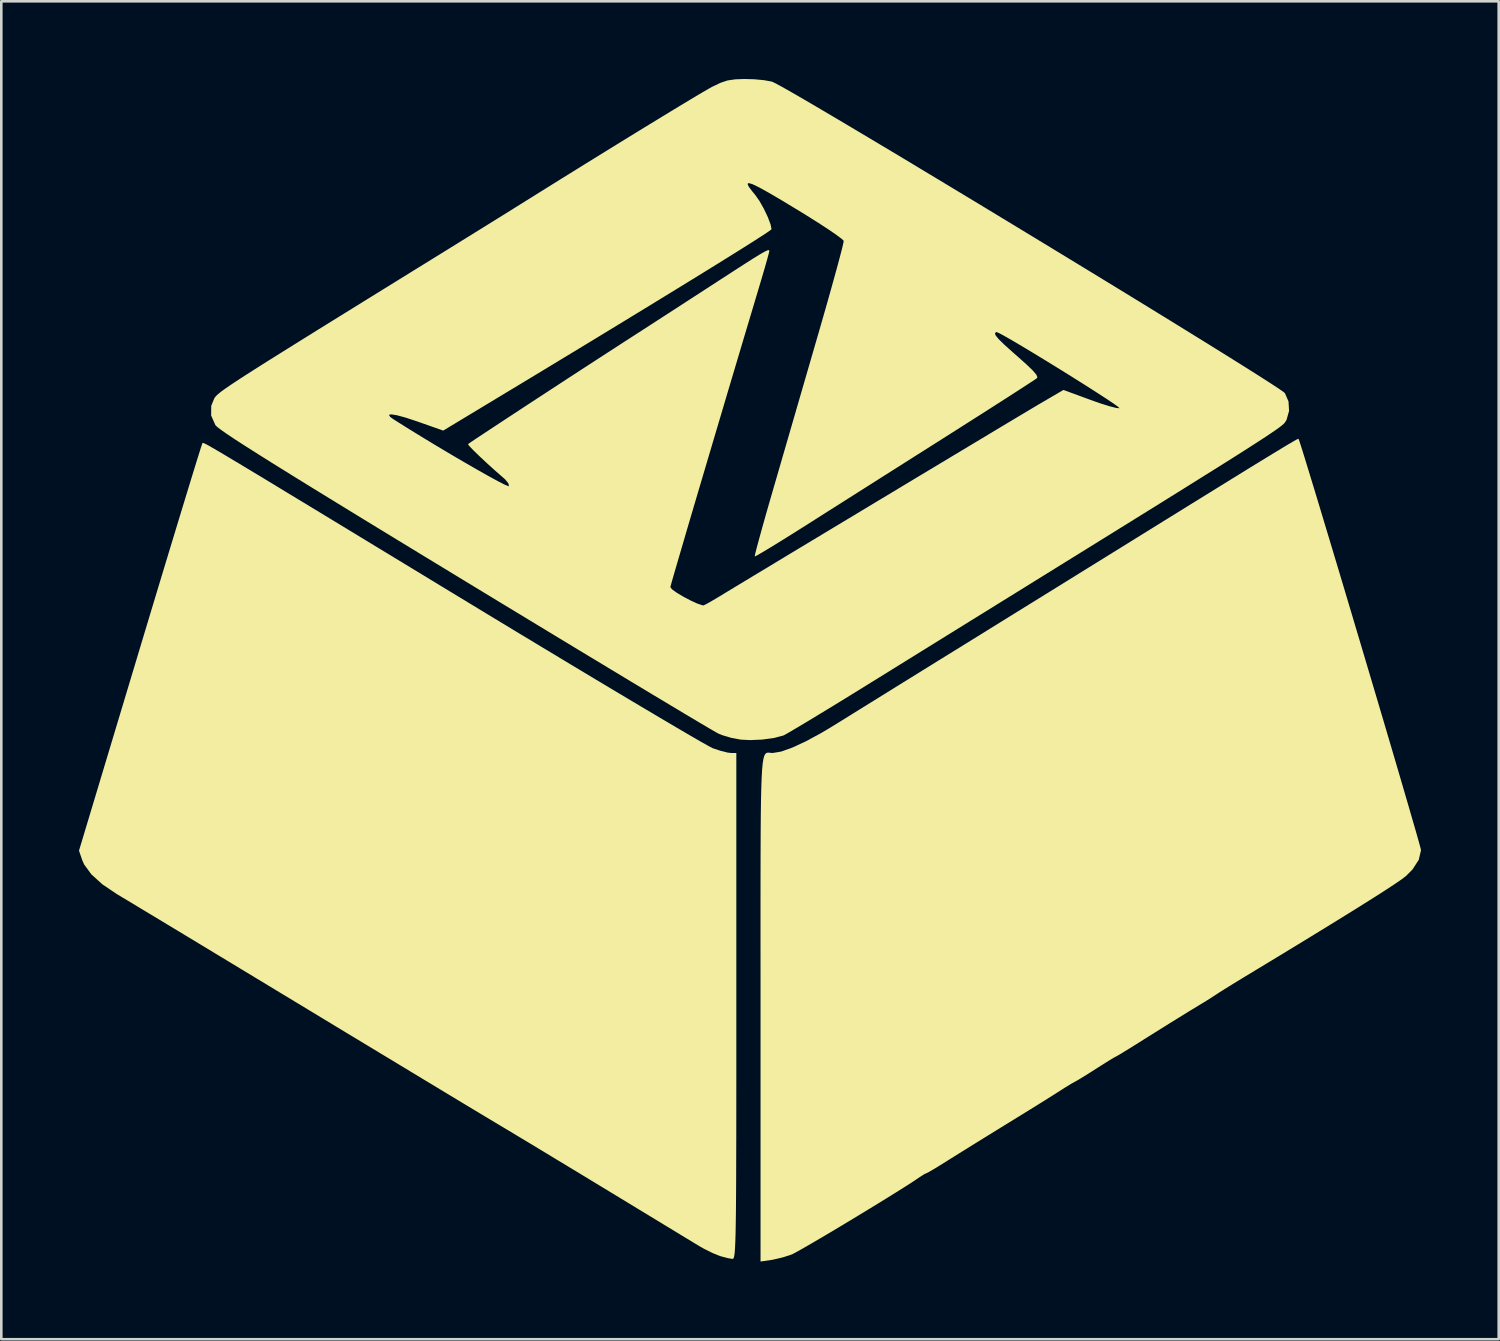
<source format=kicad_pcb>
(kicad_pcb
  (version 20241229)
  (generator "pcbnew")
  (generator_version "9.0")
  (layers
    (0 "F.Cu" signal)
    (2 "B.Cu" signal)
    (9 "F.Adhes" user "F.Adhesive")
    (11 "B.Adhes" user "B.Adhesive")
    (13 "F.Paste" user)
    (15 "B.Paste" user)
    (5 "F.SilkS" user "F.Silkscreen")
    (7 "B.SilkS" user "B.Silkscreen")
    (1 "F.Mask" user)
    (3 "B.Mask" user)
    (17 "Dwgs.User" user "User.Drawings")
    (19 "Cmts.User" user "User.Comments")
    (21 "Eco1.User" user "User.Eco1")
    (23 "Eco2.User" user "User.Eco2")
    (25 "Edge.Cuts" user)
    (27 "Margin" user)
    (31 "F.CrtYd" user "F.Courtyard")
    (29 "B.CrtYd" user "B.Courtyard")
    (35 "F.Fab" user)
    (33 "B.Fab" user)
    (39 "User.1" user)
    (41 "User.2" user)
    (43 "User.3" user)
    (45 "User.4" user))
  (footprint "nullus"
    (layer "F.Cu")
    (at 25.888 21.434)
    (property "Reference" "nullus" (at 0 0 0) (layer "F.SilkS") (effects (font (size 1.524 1.524) (thickness 0.3))))
    (attr board_only exclude_from_pos_files exclude_from_bom)
    (fp_poly (pts (xy -21.087 -7.381) (xy -21.045 -7.364) (xy -20.976 -7.33) (xy -20.872 -7.274) (xy -20.727 -7.191) (xy -20.533 -7.078) (xy -20.283 -6.931) (xy -19.97 -6.743) (xy -19.585 -6.513) (xy -19.123 -6.234) (xy -18.576 -5.904) (xy -17.937 -5.516) (xy -17.197 -5.068) (xy -16.351 -4.555) (xy -15.391 -3.972) (xy -14.31 -3.315) (xy -13.1 -2.581) (xy -11.754 -1.763) (xy -11.322 -1.501) (xy -10.155 -0.793) (xy -9.022 -0.107) (xy -7.932 0.55) (xy -6.895 1.175) (xy -5.919 1.761) (xy -5.014 2.302) (xy -4.188 2.794) (xy -3.452 3.231) (xy -2.813 3.608) (xy -2.282 3.919) (xy -1.866 4.159) (xy -1.576 4.322) (xy -1.42 4.403) (xy -1.407 4.408) (xy -1.111 4.506) (xy -0.848 4.571) (xy -0.719 4.587) (xy -0.51 4.587) (xy -0.51 14.357) (xy -0.51 15.853) (xy -0.51 17.19) (xy -0.511 18.374) (xy -0.512 19.416) (xy -0.515 20.324) (xy -0.517 21.108) (xy -0.521 21.776) (xy -0.526 22.339) (xy -0.533 22.804) (xy -0.54 23.181) (xy -0.55 23.479) (xy -0.561 23.707) (xy -0.573 23.875) (xy -0.588 23.99) (xy -0.605 24.064) (xy -0.624 24.103) (xy -0.645 24.119) (xy -0.658 24.12) (xy -0.832 24.091) (xy -1.078 24.027) (xy -1.147 24.006) (xy -1.419 23.897) (xy -1.74 23.738) (xy -1.911 23.642) (xy -2.098 23.529) (xy -2.405 23.343) (xy -2.809 23.098) (xy -3.286 22.808) (xy -3.811 22.489) (xy -4.332 22.173) (xy -5.143 21.68) (xy -5.941 21.196) (xy -6.71 20.729) (xy -7.432 20.293) (xy -8.088 19.896) (xy -8.661 19.55) (xy -9.133 19.266) (xy -9.485 19.055) (xy -9.601 18.986) (xy -9.829 18.85) (xy -10.189 18.634) (xy -10.666 18.347) (xy -11.246 17.998) (xy -11.915 17.594) (xy -12.659 17.145) (xy -13.464 16.658) (xy -14.317 16.143) (xy -15.202 15.608) (xy -15.631 15.349) (xy -17.029 14.503) (xy -18.287 13.742) (xy -19.411 13.062) (xy -20.406 12.46) (xy -21.278 11.933) (xy -22.032 11.477) (xy -22.675 11.089) (xy -23.211 10.766) (xy -23.646 10.504) (xy -23.985 10.299) (xy -24.235 10.15) (xy -24.4 10.051) (xy -24.419 10.04) (xy -24.982 9.661) (xy -25.41 9.274) (xy -25.69 8.891) (xy -25.765 8.719) (xy -25.888 8.358) (xy -23.531 0.523) (xy -23.195 -0.593) (xy -22.873 -1.661) (xy -22.567 -2.672) (xy -22.281 -3.615) (xy -22.019 -4.477) (xy -21.784 -5.248) (xy -21.58 -5.917) (xy -21.409 -6.472) (xy -21.276 -6.902) (xy -21.183 -7.196) (xy -21.134 -7.344) (xy -21.128 -7.359) (xy -21.122 -7.369) (xy -21.118 -7.379) (xy -21.109 -7.385)) (stroke (width 0) (type solid)) (fill yes) (layer "F.SilkS"))
    (fp_poly (pts (xy 21.229 -7.452) (xy 21.307 -7.212) (xy 21.424 -6.836) (xy 21.577 -6.337) (xy 21.762 -5.731) (xy 21.975 -5.029) (xy 22.211 -4.245) (xy 22.467 -3.394) (xy 22.739 -2.489) (xy 23.022 -1.543) (xy 23.312 -0.57) (xy 23.606 0.416) (xy 23.899 1.402) (xy 24.188 2.374) (xy 24.468 3.318) (xy 24.735 4.222) (xy 24.985 5.071) (xy 25.214 5.852) (xy 25.418 6.55) (xy 25.593 7.154) (xy 25.736 7.648) (xy 25.841 8.02) (xy 25.905 8.255) (xy 25.924 8.339) (xy 25.838 8.71) (xy 25.595 9.086) (xy 25.342 9.339) (xy 25.17 9.47) (xy 24.875 9.671) (xy 24.454 9.946) (xy 23.903 10.296) (xy 23.221 10.722) (xy 22.404 11.227) (xy 21.449 11.812) (xy 20.353 12.479) (xy 19.114 13.229) (xy 19.006 13.295) (xy 18.668 13.501) (xy 18.357 13.694) (xy 18.12 13.843) (xy 18.05 13.889) (xy 17.825 14.036) (xy 17.632 14.158) (xy 17.627 14.161) (xy 16.981 14.553) (xy 16.233 15.015) (xy 15.421 15.523) (xy 15.22 15.649) (xy 14.848 15.883) (xy 14.529 16.08) (xy 14.291 16.225) (xy 14.158 16.302) (xy 14.14 16.31) (xy 14.059 16.353) (xy 13.869 16.469) (xy 13.6 16.637) (xy 13.404 16.762) (xy 13.089 16.962) (xy 12.818 17.13) (xy 12.629 17.243) (xy 12.573 17.273) (xy 12.429 17.353) (xy 12.208 17.487) (xy 12.086 17.565) (xy 11.865 17.706) (xy 11.599 17.875) (xy 11.266 18.083) (xy 10.85 18.341) (xy 10.33 18.662) (xy 9.688 19.057) (xy 9.557 19.138) (xy 9.085 19.429) (xy 8.584 19.739) (xy 8.109 20.035) (xy 7.714 20.282) (xy 7.662 20.315) (xy 7.339 20.516) (xy 7.071 20.678) (xy 6.889 20.783) (xy 6.825 20.813) (xy 6.731 20.857) (xy 6.566 20.964) (xy 6.554 20.972) (xy 6.33 21.123) (xy 5.998 21.337) (xy 5.579 21.599) (xy 5.097 21.898) (xy 4.574 22.218) (xy 4.032 22.547) (xy 3.494 22.871) (xy 2.982 23.176) (xy 2.518 23.449) (xy 2.125 23.677) (xy 1.826 23.846) (xy 1.642 23.942) (xy 1.614 23.954) (xy 1.275 24.063) (xy 0.911 24.148) (xy 0.828 24.162) (xy 0.425 24.221) (xy 0.425 14.456) (xy 0.425 12.949) (xy 0.424 11.602) (xy 0.424 10.408) (xy 0.425 9.357) (xy 0.427 8.439) (xy 0.43 7.646) (xy 0.435 6.968) (xy 0.443 6.398) (xy 0.454 5.925) (xy 0.468 5.541) (xy 0.485 5.236) (xy 0.507 5.002) (xy 0.534 4.829) (xy 0.565 4.709) (xy 0.602 4.633) (xy 0.645 4.591) (xy 0.694 4.574) (xy 0.75 4.574) (xy 0.813 4.582) (xy 0.883 4.587) (xy 0.895 4.587) (xy 1.212 4.535) (xy 1.642 4.383) (xy 2.167 4.141) (xy 2.767 3.816) (xy 3.278 3.51) (xy 3.577 3.324) (xy 4 3.061) (xy 4.527 2.734) (xy 5.139 2.355) (xy 5.815 1.935) (xy 6.536 1.489) (xy 7.281 1.027) (xy 7.943 0.618) (xy 8.815 0.078) (xy 9.783 -0.522) (xy 10.808 -1.157) (xy 11.852 -1.803) (xy 12.876 -2.438) (xy 13.842 -3.036) (xy 14.711 -3.575) (xy 14.909 -3.698) (xy 16.032 -4.394) (xy 17.02 -5.006) (xy 17.879 -5.537) (xy 18.618 -5.994) (xy 19.245 -6.381) (xy 19.768 -6.702) (xy 20.195 -6.963) (xy 20.535 -7.169) (xy 20.794 -7.325) (xy 20.982 -7.435) (xy 21.106 -7.505) (xy 21.175 -7.539) (xy 21.195 -7.543)) (stroke (width 0) (type solid)) (fill yes) (layer "F.SilkS"))
    (fp_poly (pts (xy 0.181 -21.424) (xy 0.562 -21.388) (xy 0.856 -21.334) (xy 0.867 -21.331) (xy 0.995 -21.271) (xy 1.257 -21.129) (xy 1.64 -20.912) (xy 2.136 -20.625) (xy 2.734 -20.274) (xy 3.423 -19.867) (xy 4.194 -19.409) (xy 5.034 -18.908) (xy 5.936 -18.368) (xy 6.886 -17.796) (xy 7.877 -17.199) (xy 8.896 -16.584) (xy 9.934 -15.955) (xy 10.98 -15.32) (xy 12.025 -14.685) (xy 13.056 -14.057) (xy 14.065 -13.441) (xy 15.04 -12.844) (xy 15.972 -12.272) (xy 16.849 -11.731) (xy 17.662 -11.229) (xy 18.4 -10.77) (xy 19.052 -10.362) (xy 19.609 -10.011) (xy 20.06 -9.723) (xy 20.394 -9.505) (xy 20.602 -9.362) (xy 20.67 -9.305) (xy 20.809 -8.985) (xy 20.83 -8.618) (xy 20.733 -8.274) (xy 20.67 -8.172) (xy 20.629 -8.126) (xy 20.559 -8.064) (xy 20.454 -7.983) (xy 20.305 -7.876) (xy 20.105 -7.74) (xy 19.848 -7.569) (xy 19.525 -7.36) (xy 19.13 -7.107) (xy 18.655 -6.805) (xy 18.092 -6.451) (xy 17.435 -6.04) (xy 16.676 -5.566) (xy 15.808 -5.025) (xy 14.822 -4.413) (xy 13.713 -3.725) (xy 12.473 -2.956) (xy 11.383 -2.281) (xy 10.519 -1.745) (xy 9.584 -1.166) (xy 8.612 -0.564) (xy 7.635 0.041) (xy 6.685 0.63) (xy 5.795 1.182) (xy 4.997 1.677) (xy 4.563 1.945) (xy 3.907 2.351) (xy 3.288 2.731) (xy 2.724 3.074) (xy 2.231 3.373) (xy 1.825 3.615) (xy 1.523 3.793) (xy 1.341 3.895) (xy 1.3 3.914) (xy 0.944 4.008) (xy 0.493 4.069) (xy 0.02 4.09) (xy -0.34 4.071) (xy -0.694 4.006) (xy -1.054 3.899) (xy -1.189 3.845) (xy -1.308 3.78) (xy -1.563 3.632) (xy -1.945 3.406) (xy -2.446 3.108) (xy -3.055 2.743) (xy -3.765 2.318) (xy -4.565 1.836) (xy -5.448 1.303) (xy -6.405 0.726) (xy -7.425 0.109) (xy -8.501 -0.543) (xy -9.623 -1.223) (xy -10.782 -1.927) (xy -11.001 -2.06) (xy -12.448 -2.94) (xy -13.755 -3.736) (xy -14.928 -4.452) (xy -15.973 -5.092) (xy -16.895 -5.658) (xy -17.699 -6.155) (xy -18.393 -6.586) (xy -18.981 -6.955) (xy -19.469 -7.265) (xy -19.864 -7.52) (xy -20.17 -7.724) (xy -20.393 -7.88) (xy -20.54 -7.991) (xy -20.615 -8.062) (xy -20.622 -8.07) (xy -20.786 -8.441) (xy -20.786 -8.467) (xy -13.923 -8.467) (xy -13.874 -8.388) (xy -13.743 -8.294) (xy -13.227 -7.969) (xy -12.676 -7.63) (xy -12.111 -7.287) (xy -11.549 -6.952) (xy -11.009 -6.636) (xy -10.511 -6.349) (xy -10.074 -6.102) (xy -9.715 -5.906) (xy -9.454 -5.773) (xy -9.311 -5.713) (xy -9.289 -5.713) (xy -9.31 -5.821) (xy -9.434 -5.975) (xy -9.48 -6.016) (xy -9.812 -6.306) (xy -10.135 -6.598) (xy -10.426 -6.87) (xy -10.661 -7.098) (xy -10.817 -7.261) (xy -10.869 -7.336) (xy -10.868 -7.337) (xy -10.784 -7.397) (xy -10.575 -7.538) (xy -10.256 -7.749) (xy -9.845 -8.02) (xy -9.358 -8.34) (xy -8.813 -8.698) (xy -8.225 -9.083) (xy -7.612 -9.483) (xy -6.991 -9.889) (xy -6.377 -10.288) (xy -5.788 -10.671) (xy -5.241 -11.025) (xy -4.885 -11.256) (xy -4.248 -11.666) (xy -3.548 -12.119) (xy -2.831 -12.583) (xy -2.141 -13.03) (xy -1.527 -13.428) (xy -1.274 -13.592) (xy -0.68 -13.977) (xy -0.213 -14.278) (xy 0.142 -14.504) (xy 0.4 -14.663) (xy 0.576 -14.764) (xy 0.685 -14.816) (xy 0.743 -14.828) (xy 0.763 -14.809) (xy 0.765 -14.796) (xy 0.741 -14.693) (xy 0.677 -14.456) (xy 0.579 -14.112) (xy 0.455 -13.691) (xy 0.347 -13.328) (xy 0.064 -12.381) (xy -0.229 -11.403) (xy -0.526 -10.406) (xy -0.825 -9.404) (xy -1.12 -8.409) (xy -1.409 -7.436) (xy -1.687 -6.498) (xy -1.951 -5.607) (xy -2.196 -4.779) (xy -2.418 -4.025) (xy -2.613 -3.359) (xy -2.778 -2.795) (xy -2.909 -2.346) (xy -3.001 -2.026) (xy -3.05 -1.847) (xy -3.058 -1.814) (xy -2.988 -1.727) (xy -2.805 -1.597) (xy -2.553 -1.446) (xy -2.275 -1.3) (xy -2.016 -1.181) (xy -1.818 -1.115) (xy -1.784 -1.109) (xy -1.696 -1.148) (xy -1.504 -1.254) (xy -1.248 -1.405) (xy -1.232 -1.415) (xy -0.869 -1.635) (xy -0.395 -1.922) (xy 0.177 -2.267) (xy 0.834 -2.663) (xy 1.559 -3.101) (xy 2.341 -3.572) (xy 3.164 -4.067) (xy 4.015 -4.579) (xy 4.879 -5.1) (xy 5.743 -5.619) (xy 6.592 -6.13) (xy 7.413 -6.623) (xy 8.191 -7.09) (xy 8.913 -7.523) (xy 9.563 -7.914) (xy 10.129 -8.253) (xy 10.596 -8.532) (xy 10.95 -8.743) (xy 11.177 -8.878) (xy 11.221 -8.904) (xy 12.12 -9.429) (xy 13.167 -9.044) (xy 13.561 -8.905) (xy 13.898 -8.8) (xy 14.146 -8.736) (xy 14.274 -8.722) (xy 14.282 -8.726) (xy 14.226 -8.781) (xy 14.044 -8.911) (xy 13.758 -9.102) (xy 13.387 -9.342) (xy 12.953 -9.619) (xy 12.474 -9.92) (xy 11.973 -10.232) (xy 11.468 -10.543) (xy 10.982 -10.839) (xy 10.533 -11.109) (xy 10.144 -11.339) (xy 9.833 -11.517) (xy 9.622 -11.63) (xy 9.531 -11.666) (xy 9.475 -11.624) (xy 9.498 -11.54) (xy 9.611 -11.399) (xy 9.828 -11.185) (xy 10.161 -10.886) (xy 10.32 -10.746) (xy 10.69 -10.417) (xy 10.938 -10.178) (xy 11.075 -10.016) (xy 11.114 -9.918) (xy 11.1 -9.888) (xy 11.01 -9.824) (xy 10.791 -9.68) (xy 10.457 -9.463) (xy 10.024 -9.184) (xy 9.504 -8.851) (xy 8.914 -8.474) (xy 8.267 -8.063) (xy 7.603 -7.641) (xy 6.826 -7.149) (xy 6.016 -6.636) (xy 5.201 -6.12) (xy 4.408 -5.617) (xy 3.665 -5.146) (xy 2.997 -4.723) (xy 2.434 -4.365) (xy 2.219 -4.228) (xy 1.7 -3.901) (xy 1.23 -3.608) (xy 0.827 -3.36) (xy 0.508 -3.168) (xy 0.294 -3.044) (xy 0.202 -2.999) (xy 0.2 -2.999) (xy 0.215 -3.086) (xy 0.272 -3.315) (xy 0.367 -3.667) (xy 0.492 -4.121) (xy 0.643 -4.657) (xy 0.815 -5.255) (xy 0.882 -5.487) (xy 1.071 -6.136) (xy 1.296 -6.913) (xy 1.548 -7.781) (xy 1.816 -8.705) (xy 2.09 -9.649) (xy 2.359 -10.576) (xy 2.613 -11.451) (xy 2.628 -11.501) (xy 2.844 -12.251) (xy 3.044 -12.952) (xy 3.222 -13.589) (xy 3.375 -14.142) (xy 3.497 -14.596) (xy 3.583 -14.933) (xy 3.629 -15.135) (xy 3.636 -15.186) (xy 3.559 -15.263) (xy 3.356 -15.414) (xy 3.049 -15.625) (xy 2.656 -15.881) (xy 2.2 -16.168) (xy 1.883 -16.363) (xy 1.247 -16.747) (xy 0.745 -17.042) (xy 0.37 -17.25) (xy 0.113 -17.374) (xy -0.033 -17.417) (xy -0.077 -17.382) (xy -0.027 -17.272) (xy 0.109 -17.091) (xy 0.212 -16.968) (xy 0.379 -16.732) (xy 0.552 -16.426) (xy 0.706 -16.103) (xy 0.813 -15.816) (xy 0.849 -15.634) (xy 0.778 -15.576) (xy 0.569 -15.435) (xy 0.231 -15.217) (xy -0.229 -14.926) (xy -0.802 -14.568) (xy -1.48 -14.147) (xy -2.256 -13.669) (xy -3.119 -13.139) (xy -4.064 -12.561) (xy -5.082 -11.94) (xy -6.163 -11.282) (xy -7.302 -10.592) (xy -8.488 -9.874) (xy -9.375 -9.339) (xy -11.826 -7.86) (xy -12.835 -8.215) (xy -13.277 -8.361) (xy -13.613 -8.452) (xy -13.832 -8.487) (xy -13.923 -8.467) (xy -20.786 -8.467) (xy -20.782 -8.818) (xy -20.664 -9.105) (xy -20.632 -9.153) (xy -20.584 -9.208) (xy -20.512 -9.274) (xy -20.409 -9.358) (xy -20.265 -9.463) (xy -20.073 -9.596) (xy -19.823 -9.762) (xy -19.509 -9.967) (xy -19.122 -10.214) (xy -18.653 -10.511) (xy -18.094 -10.861) (xy -17.437 -11.271) (xy -16.674 -11.746) (xy -15.796 -12.29) (xy -14.795 -12.91) (xy -13.664 -13.61) (xy -12.87 -14.101) (xy -12.18 -14.527) (xy -11.502 -14.947) (xy -10.858 -15.346) (xy -10.268 -15.712) (xy -9.752 -16.032) (xy -9.333 -16.292) (xy -9.031 -16.481) (xy -8.962 -16.524) (xy -8.112 -17.055) (xy -7.255 -17.589) (xy -6.406 -18.116) (xy -5.578 -18.628) (xy -4.785 -19.117) (xy -4.042 -19.573) (xy -3.362 -19.988) (xy -2.76 -20.354) (xy -2.25 -20.661) (xy -1.846 -20.902) (xy -1.561 -21.067) (xy -1.438 -21.135) (xy -1.115 -21.289) (xy -0.847 -21.378) (xy -0.555 -21.421) (xy -0.206 -21.434)) (stroke (width 0) (type solid)) (fill yes) (layer "F.SilkS")))
  (gr_rect
    (start -3 -3)
    (end 54.812 48.655)
    (stroke (width 0.1) (type default))
    (fill no)
    (layer "Edge.Cuts")))
</source>
